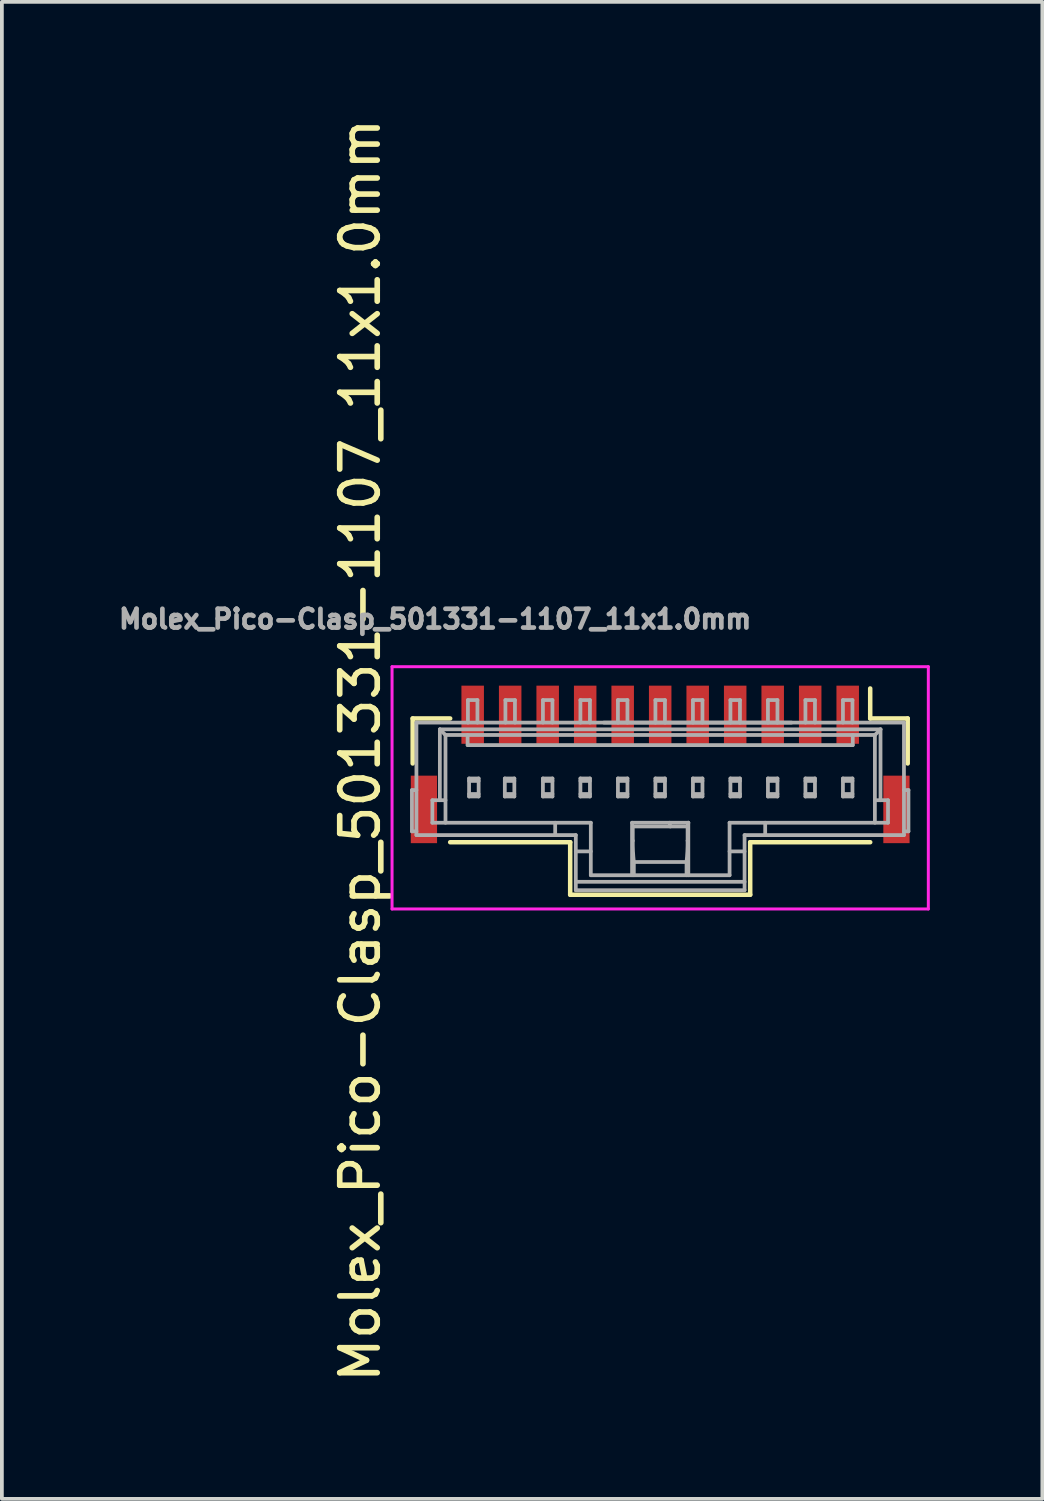
<source format=kicad_pcb>
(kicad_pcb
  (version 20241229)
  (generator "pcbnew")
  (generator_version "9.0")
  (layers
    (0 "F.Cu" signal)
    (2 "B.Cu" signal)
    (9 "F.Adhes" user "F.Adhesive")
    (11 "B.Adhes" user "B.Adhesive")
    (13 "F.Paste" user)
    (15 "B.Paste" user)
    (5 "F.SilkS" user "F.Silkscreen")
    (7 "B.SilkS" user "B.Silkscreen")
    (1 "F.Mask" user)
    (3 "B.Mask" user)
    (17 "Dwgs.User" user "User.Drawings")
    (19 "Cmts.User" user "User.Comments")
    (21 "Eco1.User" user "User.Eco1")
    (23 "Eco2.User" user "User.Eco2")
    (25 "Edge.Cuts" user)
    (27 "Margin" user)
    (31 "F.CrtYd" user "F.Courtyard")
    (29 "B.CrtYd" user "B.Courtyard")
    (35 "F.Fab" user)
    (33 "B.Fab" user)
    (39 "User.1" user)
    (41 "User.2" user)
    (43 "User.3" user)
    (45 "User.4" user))
  (footprint "Molex_Pico-Clasp_501331-1107_11x1.0mm"
    (layer "F.Cu")
    (at 14.554 17.958)
    (property "Reference" "Molex_Pico-Clasp_501331-1107_11x1.0mm" (at -8 -1 90) (layer "F.SilkS") (effects (font (size 1 1) (thickness 0.15))))
    (attr smd)
    (fp_line (start -6.6 -1.85) (end -5.6 -1.85) (stroke (width 0.12) (type solid)) (layer "F.SilkS"))
    (fp_line (start -6.6 -0.65) (end -6.6 -1.85) (stroke (width 0.12) (type solid)) (layer "F.SilkS"))
    (fp_line (start -2.4 1.45) (end -5.6 1.45) (stroke (width 0.12) (type solid)) (layer "F.SilkS"))
    (fp_line (start -2.4 2.85) (end -2.4 1.45) (stroke (width 0.12) (type solid)) (layer "F.SilkS"))
    (fp_line (start -2.4 2.85) (end 2.4 2.85) (stroke (width 0.12) (type solid)) (layer "F.SilkS"))
    (fp_line (start 2.4 1.45) (end 5.6 1.45) (stroke (width 0.12) (type solid)) (layer "F.SilkS"))
    (fp_line (start 2.4 2.85) (end 2.4 1.45) (stroke (width 0.12) (type solid)) (layer "F.SilkS"))
    (fp_line (start 5.6 -1.85) (end 5.6 -2.65) (stroke (width 0.12) (type solid)) (layer "F.SilkS"))
    (fp_line (start 6.6 -1.85) (end 5.6 -1.85) (stroke (width 0.12) (type solid)) (layer "F.SilkS"))
    (fp_line (start 6.6 -0.65) (end 6.6 -1.85) (stroke (width 0.12) (type solid)) (layer "F.SilkS"))
    (fp_line (start -7.15 -3.23) (end 7.15 -3.23) (stroke (width 0.08) (type solid)) (layer "F.CrtYd"))
    (fp_line (start -7.15 3.23) (end -7.15 -3.23) (stroke (width 0.08) (type solid)) (layer "F.CrtYd"))
    (fp_line (start 7.15 -3.23) (end 7.15 3.23) (stroke (width 0.08) (type solid)) (layer "F.CrtYd"))
    (fp_line (start 7.15 3.23) (end -7.15 3.23) (stroke (width 0.08) (type solid)) (layer "F.CrtYd"))
    (fp_line (start -6.62 0.06) (end -6.62 1.16) (stroke (width 0.1) (type solid)) (layer "F.Fab"))
    (fp_line (start -6.62 0.06) (end -6.5 0.06) (stroke (width 0.1) (type solid)) (layer "F.Fab"))
    (fp_line (start -6.5 -1.74) (end 6.5 -1.74) (stroke (width 0.1) (type solid)) (layer "F.Fab"))
    (fp_line (start -6.5 1.16) (end -6.62 1.16) (stroke (width 0.1) (type solid)) (layer "F.Fab"))
    (fp_line (start -6.5 1.26) (end -6.5 -1.74) (stroke (width 0.1) (type solid)) (layer "F.Fab"))
    (fp_line (start -6.5 1.26) (end -2.25 1.26) (stroke (width 0.1) (type solid)) (layer "F.Fab"))
    (fp_line (start -6.075 0.33) (end -6.075 0.93) (stroke (width 0.1) (type solid)) (layer "F.Fab"))
    (fp_line (start -6.075 0.33) (end -5.725 0.33) (stroke (width 0.1) (type solid)) (layer "F.Fab"))
    (fp_line (start -5.875 -1.56) (end -5.725 -1.41) (stroke (width 0.1) (type solid)) (layer "F.Fab"))
    (fp_line (start -5.875 -1.56) (end 5.875 -1.56) (stroke (width 0.1) (type solid)) (layer "F.Fab"))
    (fp_line (start -5.875 0.33) (end -5.875 -1.56) (stroke (width 0.1) (type solid)) (layer "F.Fab"))
    (fp_line (start -5.725 -1.41) (end 5.725 -1.41) (stroke (width 0.1) (type solid)) (layer "F.Fab"))
    (fp_line (start -5.725 0.93) (end -5.725 -1.41) (stroke (width 0.1) (type solid)) (layer "F.Fab"))
    (fp_line (start -5.135 -1.14) (end -5.135 -1.41) (stroke (width 0.1) (type solid)) (layer "F.Fab"))
    (fp_line (start -5.127 -2.34) (end -4.873 -2.34) (stroke (width 0.1) (type solid)) (layer "F.Fab"))
    (fp_line (start -5.127 -1.74) (end -5.127 -2.34) (stroke (width 0.1) (type solid)) (layer "F.Fab"))
    (fp_line (start -5.096 -0.25) (end -5.096 0.23) (stroke (width 0.1) (type solid)) (layer "F.Fab"))
    (fp_line (start -5.096 -0.25) (end -4.841 -0.25) (stroke (width 0.1) (type solid)) (layer "F.Fab"))
    (fp_line (start -5.096 -0.185) (end -4.841 -0.185) (stroke (width 0.1) (type solid)) (layer "F.Fab"))
    (fp_line (start -5.096 0.165) (end -4.841 0.165) (stroke (width 0.1) (type solid)) (layer "F.Fab"))
    (fp_line (start -5.096 0.23) (end -4.841 0.23) (stroke (width 0.1) (type solid)) (layer "F.Fab"))
    (fp_line (start -4.873 -2.34) (end -4.873 -1.74) (stroke (width 0.1) (type solid)) (layer "F.Fab"))
    (fp_line (start -4.841 -0.25) (end -4.841 0.23) (stroke (width 0.1) (type solid)) (layer "F.Fab"))
    (fp_line (start -4.143 -0.25) (end -4.143 0.23) (stroke (width 0.1) (type solid)) (layer "F.Fab"))
    (fp_line (start -4.143 -0.25) (end -3.889 -0.25) (stroke (width 0.1) (type solid)) (layer "F.Fab"))
    (fp_line (start -4.143 -0.185) (end -3.889 -0.185) (stroke (width 0.1) (type solid)) (layer "F.Fab"))
    (fp_line (start -4.143 0.165) (end -3.889 0.165) (stroke (width 0.1) (type solid)) (layer "F.Fab"))
    (fp_line (start -4.143 0.23) (end -3.889 0.23) (stroke (width 0.1) (type solid)) (layer "F.Fab"))
    (fp_line (start -4.127 -2.34) (end -3.873 -2.34) (stroke (width 0.1) (type solid)) (layer "F.Fab"))
    (fp_line (start -4.127 -1.74) (end -4.127 -2.34) (stroke (width 0.1) (type solid)) (layer "F.Fab"))
    (fp_line (start -3.889 -0.25) (end -3.889 0.23) (stroke (width 0.1) (type solid)) (layer "F.Fab"))
    (fp_line (start -3.873 -2.34) (end -3.873 -1.74) (stroke (width 0.1) (type solid)) (layer "F.Fab"))
    (fp_line (start -3.127 -2.34) (end -2.873 -2.34) (stroke (width 0.1) (type solid)) (layer "F.Fab"))
    (fp_line (start -3.127 -1.74) (end -3.127 -2.34) (stroke (width 0.1) (type solid)) (layer "F.Fab"))
    (fp_line (start -3.127 -0.25) (end -3.127 0.23) (stroke (width 0.1) (type solid)) (layer "F.Fab"))
    (fp_line (start -3.127 -0.25) (end -2.873 -0.25) (stroke (width 0.1) (type solid)) (layer "F.Fab"))
    (fp_line (start -3.127 -0.185) (end -2.873 -0.185) (stroke (width 0.1) (type solid)) (layer "F.Fab"))
    (fp_line (start -3.127 0.165) (end -2.873 0.165) (stroke (width 0.1) (type solid)) (layer "F.Fab"))
    (fp_line (start -3.127 0.23) (end -2.873 0.23) (stroke (width 0.1) (type solid)) (layer "F.Fab"))
    (fp_line (start -2.873 -2.34) (end -2.873 -1.74) (stroke (width 0.1) (type solid)) (layer "F.Fab"))
    (fp_line (start -2.873 -0.25) (end -2.873 0.23) (stroke (width 0.1) (type solid)) (layer "F.Fab"))
    (fp_line (start -2.8 0.93) (end -2.8 1.26) (stroke (width 0.1) (type solid)) (layer "F.Fab"))
    (fp_line (start -2.25 1.695) (end -1.85 1.695) (stroke (width 0.1) (type solid)) (layer "F.Fab"))
    (fp_line (start -2.25 2.505) (end 2.25 2.505) (stroke (width 0.1) (type solid)) (layer "F.Fab"))
    (fp_line (start -2.25 2.73) (end -2.25 1.26) (stroke (width 0.1) (type solid)) (layer "F.Fab"))
    (fp_line (start -2.127 -2.34) (end -2.127 -1.74) (stroke (width 0.1) (type solid)) (layer "F.Fab"))
    (fp_line (start -2.127 -2.34) (end -1.873 -2.34) (stroke (width 0.1) (type solid)) (layer "F.Fab"))
    (fp_line (start -2.127 -0.25) (end -2.127 0.23) (stroke (width 0.1) (type solid)) (layer "F.Fab"))
    (fp_line (start -2.127 -0.25) (end -1.873 -0.25) (stroke (width 0.1) (type solid)) (layer "F.Fab"))
    (fp_line (start -2.127 -0.185) (end -1.873 -0.185) (stroke (width 0.1) (type solid)) (layer "F.Fab"))
    (fp_line (start -2.127 0.165) (end -1.873 0.165) (stroke (width 0.1) (type solid)) (layer "F.Fab"))
    (fp_line (start -2.127 0.23) (end -1.873 0.23) (stroke (width 0.1) (type solid)) (layer "F.Fab"))
    (fp_line (start -1.873 -2.34) (end -1.873 -1.74) (stroke (width 0.1) (type solid)) (layer "F.Fab"))
    (fp_line (start -1.873 -0.25) (end -1.873 0.23) (stroke (width 0.1) (type solid)) (layer "F.Fab"))
    (fp_line (start -1.85 0.93) (end -6.075 0.93) (stroke (width 0.1) (type solid)) (layer "F.Fab"))
    (fp_line (start -1.85 0.93) (end -1.85 2.33) (stroke (width 0.1) (type solid)) (layer "F.Fab"))
    (fp_line (start -1.5 -1.74) (end 3.5 -1.74) (stroke (width 0.1) (type solid)) (layer "F.Fab"))
    (fp_line (start -1.127 -2.34) (end -1.127 -1.74) (stroke (width 0.1) (type solid)) (layer "F.Fab"))
    (fp_line (start -1.127 -2.34) (end -0.873 -2.34) (stroke (width 0.1) (type solid)) (layer "F.Fab"))
    (fp_line (start -1.127 -0.25) (end -1.127 0.23) (stroke (width 0.1) (type solid)) (layer "F.Fab"))
    (fp_line (start -1.127 -0.25) (end -0.873 -0.25) (stroke (width 0.1) (type solid)) (layer "F.Fab"))
    (fp_line (start -1.127 -0.185) (end -0.873 -0.185) (stroke (width 0.1) (type solid)) (layer "F.Fab"))
    (fp_line (start -1.127 0.165) (end -0.873 0.165) (stroke (width 0.1) (type solid)) (layer "F.Fab"))
    (fp_line (start -1.127 0.23) (end -0.873 0.23) (stroke (width 0.1) (type solid)) (layer "F.Fab"))
    (fp_line (start -0.873 -2.34) (end -0.873 -1.74) (stroke (width 0.1) (type solid)) (layer "F.Fab"))
    (fp_line (start -0.873 -0.25) (end -0.873 0.23) (stroke (width 0.1) (type solid)) (layer "F.Fab"))
    (fp_line (start -0.75 0.93) (end 0.75 0.93) (stroke (width 0.1) (type solid)) (layer "F.Fab"))
    (fp_line (start -0.75 2.33) (end -0.75 0.93) (stroke (width 0.1) (type solid)) (layer "F.Fab"))
    (fp_line (start -0.731 1.03) (end 0.731 1.03) (stroke (width 0.1) (type solid)) (layer "F.Fab"))
    (fp_line (start -0.731 1.41) (end -0.731 1.03) (stroke (width 0.1) (type solid)) (layer "F.Fab"))
    (fp_line (start -0.703 1.977) (end -0.703 2.33) (stroke (width 0.1) (type solid)) (layer "F.Fab"))
    (fp_line (start -0.127 -2.34) (end -0.127 -1.74) (stroke (width 0.1) (type solid)) (layer "F.Fab"))
    (fp_line (start -0.127 -2.34) (end 0.127 -2.34) (stroke (width 0.1) (type solid)) (layer "F.Fab"))
    (fp_line (start -0.127 -0.25) (end -0.127 0.23) (stroke (width 0.1) (type solid)) (layer "F.Fab"))
    (fp_line (start -0.127 -0.25) (end 0.127 -0.25) (stroke (width 0.1) (type solid)) (layer "F.Fab"))
    (fp_line (start -0.127 -0.185) (end 0.127 -0.185) (stroke (width 0.1) (type solid)) (layer "F.Fab"))
    (fp_line (start -0.127 0.165) (end 0.127 0.165) (stroke (width 0.1) (type solid)) (layer "F.Fab"))
    (fp_line (start -0.127 0.23) (end 0.127 0.23) (stroke (width 0.1) (type solid)) (layer "F.Fab"))
    (fp_line (start 0.127 -2.34) (end 0.127 -1.74) (stroke (width 0.1) (type solid)) (layer "F.Fab"))
    (fp_line (start 0.127 -0.25) (end 0.127 0.23) (stroke (width 0.1) (type solid)) (layer "F.Fab"))
    (fp_line (start 0.25 0.93) (end 0.269 1.03) (stroke (width 0.1) (type solid)) (layer "F.Fab"))
    (fp_line (start 0.703 1.977) (end -0.703 1.977) (stroke (width 0.1) (type solid)) (layer "F.Fab"))
    (fp_line (start 0.703 2.33) (end 0.703 1.977) (stroke (width 0.1) (type solid)) (layer "F.Fab"))
    (fp_line (start 0.731 1.03) (end 0.75 0.93) (stroke (width 0.1) (type solid)) (layer "F.Fab"))
    (fp_line (start 0.731 1.41) (end 0.731 1.03) (stroke (width 0.1) (type solid)) (layer "F.Fab"))
    (fp_line (start 0.75 0.93) (end 0.75 2.33) (stroke (width 0.1) (type solid)) (layer "F.Fab"))
    (fp_line (start 0.873 -2.34) (end 0.873 -1.74) (stroke (width 0.1) (type solid)) (layer "F.Fab"))
    (fp_line (start 0.873 -2.34) (end 1.127 -2.34) (stroke (width 0.1) (type solid)) (layer "F.Fab"))
    (fp_line (start 0.873 -0.25) (end 0.873 0.23) (stroke (width 0.1) (type solid)) (layer "F.Fab"))
    (fp_line (start 0.873 -0.25) (end 1.127 -0.25) (stroke (width 0.1) (type solid)) (layer "F.Fab"))
    (fp_line (start 0.873 -0.185) (end 1.127 -0.185) (stroke (width 0.1) (type solid)) (layer "F.Fab"))
    (fp_line (start 0.873 0.165) (end 1.127 0.165) (stroke (width 0.1) (type solid)) (layer "F.Fab"))
    (fp_line (start 0.873 0.23) (end 1.127 0.23) (stroke (width 0.1) (type solid)) (layer "F.Fab"))
    (fp_line (start 1.127 -2.34) (end 1.127 -1.74) (stroke (width 0.1) (type solid)) (layer "F.Fab"))
    (fp_line (start 1.127 -0.25) (end 1.127 0.23) (stroke (width 0.1) (type solid)) (layer "F.Fab"))
    (fp_line (start 1.85 1.695) (end 2.25 1.695) (stroke (width 0.1) (type solid)) (layer "F.Fab"))
    (fp_line (start 1.85 2.33) (end -1.85 2.33) (stroke (width 0.1) (type solid)) (layer "F.Fab"))
    (fp_line (start 1.85 2.33) (end 1.85 0.93) (stroke (width 0.1) (type solid)) (layer "F.Fab"))
    (fp_line (start 1.873 -2.34) (end 1.873 -1.74) (stroke (width 0.1) (type solid)) (layer "F.Fab"))
    (fp_line (start 1.873 -2.34) (end 2.127 -2.34) (stroke (width 0.1) (type solid)) (layer "F.Fab"))
    (fp_line (start 1.873 -0.25) (end 1.873 0.23) (stroke (width 0.1) (type solid)) (layer "F.Fab"))
    (fp_line (start 1.873 -0.25) (end 2.127 -0.25) (stroke (width 0.1) (type solid)) (layer "F.Fab"))
    (fp_line (start 1.873 -0.185) (end 2.127 -0.185) (stroke (width 0.1) (type solid)) (layer "F.Fab"))
    (fp_line (start 1.873 0.165) (end 2.127 0.165) (stroke (width 0.1) (type solid)) (layer "F.Fab"))
    (fp_line (start 1.873 0.23) (end 2.127 0.23) (stroke (width 0.1) (type solid)) (layer "F.Fab"))
    (fp_line (start 2.127 -2.34) (end 2.127 -1.74) (stroke (width 0.1) (type solid)) (layer "F.Fab"))
    (fp_line (start 2.127 -0.25) (end 2.127 0.23) (stroke (width 0.1) (type solid)) (layer "F.Fab"))
    (fp_line (start 2.25 1.26) (end 6.5 1.26) (stroke (width 0.1) (type solid)) (layer "F.Fab"))
    (fp_line (start 2.25 2.73) (end -2.25 2.73) (stroke (width 0.1) (type solid)) (layer "F.Fab"))
    (fp_line (start 2.25 2.73) (end 2.25 1.26) (stroke (width 0.1) (type solid)) (layer "F.Fab"))
    (fp_line (start 2.8 1.26) (end 2.8 0.93) (stroke (width 0.1) (type solid)) (layer "F.Fab"))
    (fp_line (start 2.873 -2.34) (end 2.873 -1.74) (stroke (width 0.1) (type solid)) (layer "F.Fab"))
    (fp_line (start 2.873 -2.34) (end 3.127 -2.34) (stroke (width 0.1) (type solid)) (layer "F.Fab"))
    (fp_line (start 2.873 -0.25) (end 2.873 0.23) (stroke (width 0.1) (type solid)) (layer "F.Fab"))
    (fp_line (start 2.873 -0.25) (end 3.127 -0.25) (stroke (width 0.1) (type solid)) (layer "F.Fab"))
    (fp_line (start 2.873 -0.185) (end 3.127 -0.185) (stroke (width 0.1) (type solid)) (layer "F.Fab"))
    (fp_line (start 2.873 0.165) (end 3.127 0.165) (stroke (width 0.1) (type solid)) (layer "F.Fab"))
    (fp_line (start 2.873 0.23) (end 3.127 0.23) (stroke (width 0.1) (type solid)) (layer "F.Fab"))
    (fp_line (start 3.127 -2.34) (end 3.127 -1.74) (stroke (width 0.1) (type solid)) (layer "F.Fab"))
    (fp_line (start 3.127 -0.25) (end 3.127 0.23) (stroke (width 0.1) (type solid)) (layer "F.Fab"))
    (fp_line (start 3.873 -2.34) (end 3.873 -1.74) (stroke (width 0.1) (type solid)) (layer "F.Fab"))
    (fp_line (start 3.873 -2.34) (end 4.127 -2.34) (stroke (width 0.1) (type solid)) (layer "F.Fab"))
    (fp_line (start 3.873 -0.25) (end 3.873 0.23) (stroke (width 0.1) (type solid)) (layer "F.Fab"))
    (fp_line (start 3.873 -0.25) (end 4.127 -0.25) (stroke (width 0.1) (type solid)) (layer "F.Fab"))
    (fp_line (start 3.873 -0.185) (end 4.127 -0.185) (stroke (width 0.1) (type solid)) (layer "F.Fab"))
    (fp_line (start 3.873 0.165) (end 4.127 0.165) (stroke (width 0.1) (type solid)) (layer "F.Fab"))
    (fp_line (start 3.873 0.23) (end 4.127 0.23) (stroke (width 0.1) (type solid)) (layer "F.Fab"))
    (fp_line (start 4.127 -1.74) (end 4.127 -2.34) (stroke (width 0.1) (type solid)) (layer "F.Fab"))
    (fp_line (start 4.127 -0.25) (end 4.127 0.23) (stroke (width 0.1) (type solid)) (layer "F.Fab"))
    (fp_line (start 4.873 -2.34) (end 5.127 -2.34) (stroke (width 0.1) (type solid)) (layer "F.Fab"))
    (fp_line (start 4.873 -1.74) (end 4.873 -2.34) (stroke (width 0.1) (type solid)) (layer "F.Fab"))
    (fp_line (start 4.873 -0.25) (end 4.873 0.23) (stroke (width 0.1) (type solid)) (layer "F.Fab"))
    (fp_line (start 4.873 -0.25) (end 5.127 -0.25) (stroke (width 0.1) (type solid)) (layer "F.Fab"))
    (fp_line (start 4.873 -0.185) (end 5.127 -0.185) (stroke (width 0.1) (type solid)) (layer "F.Fab"))
    (fp_line (start 4.873 0.165) (end 5.127 0.165) (stroke (width 0.1) (type solid)) (layer "F.Fab"))
    (fp_line (start 4.873 0.23) (end 5.127 0.23) (stroke (width 0.1) (type solid)) (layer "F.Fab"))
    (fp_line (start 5.127 -2.34) (end 5.127 -1.74) (stroke (width 0.1) (type solid)) (layer "F.Fab"))
    (fp_line (start 5.127 -0.25) (end 5.127 0.23) (stroke (width 0.1) (type solid)) (layer "F.Fab"))
    (fp_line (start 5.135 -1.14) (end -5.135 -1.14) (stroke (width 0.1) (type solid)) (layer "F.Fab"))
    (fp_line (start 5.135 -1.14) (end 5.135 -1.41) (stroke (width 0.1) (type solid)) (layer "F.Fab"))
    (fp_line (start 5.725 -1.41) (end 5.725 0.93) (stroke (width 0.1) (type solid)) (layer "F.Fab"))
    (fp_line (start 5.725 -1.41) (end 5.875 -1.56) (stroke (width 0.1) (type solid)) (layer "F.Fab"))
    (fp_line (start 5.875 -1.56) (end 5.875 0.33) (stroke (width 0.1) (type solid)) (layer "F.Fab"))
    (fp_line (start 6.075 0.33) (end 5.725 0.33) (stroke (width 0.1) (type solid)) (layer "F.Fab"))
    (fp_line (start 6.075 0.93) (end 1.85 0.93) (stroke (width 0.1) (type solid)) (layer "F.Fab"))
    (fp_line (start 6.075 0.93) (end 6.075 0.33) (stroke (width 0.1) (type solid)) (layer "F.Fab"))
    (fp_line (start 6.5 -1.74) (end 6.5 1.26) (stroke (width 0.1) (type solid)) (layer "F.Fab"))
    (fp_line (start 6.5 0.06) (end 6.62 0.06) (stroke (width 0.1) (type solid)) (layer "F.Fab"))
    (fp_line (start 6.62 1.16) (end 6.5 1.16) (stroke (width 0.1) (type solid)) (layer "F.Fab"))
    (fp_line (start 6.62 1.16) (end 6.62 0.06) (stroke (width 0.1) (type solid)) (layer "F.Fab"))
    (fp_arc (start -0.702818 1.977078) (mid -0.72524 1.693813) (end -0.730742 1.409716) (stroke (width 0.1) (type solid)) (layer "F.Fab"))
    (fp_arc (start 0.730742 1.409717) (mid 0.72524 1.693814) (end 0.702818 1.977079) (stroke (width 0.1) (type solid)) (layer "F.Fab"))
    (fp_text user "${REFERENCE}" (at -6 -4.5 0) (layer "F.Fab") (effects (font (size 0.5 0.5) (thickness 0.125))))
    (pad "1" smd rect (at 5 -1.95) (size 0.6 1.55) (layers "F.Cu" "F.Mask" "F.Paste"))
    (pad "2" smd rect (at 4 -1.95) (size 0.6 1.55) (layers "F.Cu" "F.Mask" "F.Paste"))
    (pad "3" smd rect (at 3 -1.95) (size 0.6 1.55) (layers "F.Cu" "F.Mask" "F.Paste"))
    (pad "4" smd rect (at 2 -1.95) (size 0.6 1.55) (layers "F.Cu" "F.Mask" "F.Paste"))
    (pad "5" smd rect (at 1 -1.95) (size 0.6 1.55) (layers "F.Cu" "F.Mask" "F.Paste"))
    (pad "6" smd rect (at 0 -1.95) (size 0.6 1.55) (layers "F.Cu" "F.Mask" "F.Paste"))
    (pad "7" smd rect (at -1 -1.95) (size 0.6 1.55) (layers "F.Cu" "F.Mask" "F.Paste"))
    (pad "8" smd rect (at -2 -1.95) (size 0.6 1.55) (layers "F.Cu" "F.Mask" "F.Paste"))
    (pad "9" smd rect (at -3 -1.95) (size 0.6 1.55) (layers "F.Cu" "F.Mask" "F.Paste"))
    (pad "10" smd rect (at -4 -1.95) (size 0.6 1.55) (layers "F.Cu" "F.Mask" "F.Paste"))
    (pad "11" smd rect (at -5 -1.95) (size 0.6 1.55) (layers "F.Cu" "F.Mask" "F.Paste"))
    (pad "12" smd rect (at -6.3 0.575) (size 0.7 1.8) (layers "F.Cu" "F.Mask" "F.Paste"))
    (pad "12" smd rect (at 6.3 0.575) (size 0.7 1.8) (layers "F.Cu" "F.Mask" "F.Paste")))
  (gr_rect
    (start -3 -3)
    (end 24.744 36.917)
    (stroke (width 0.1) (type default))
    (fill no)
    (layer "Edge.Cuts")))
</source>
